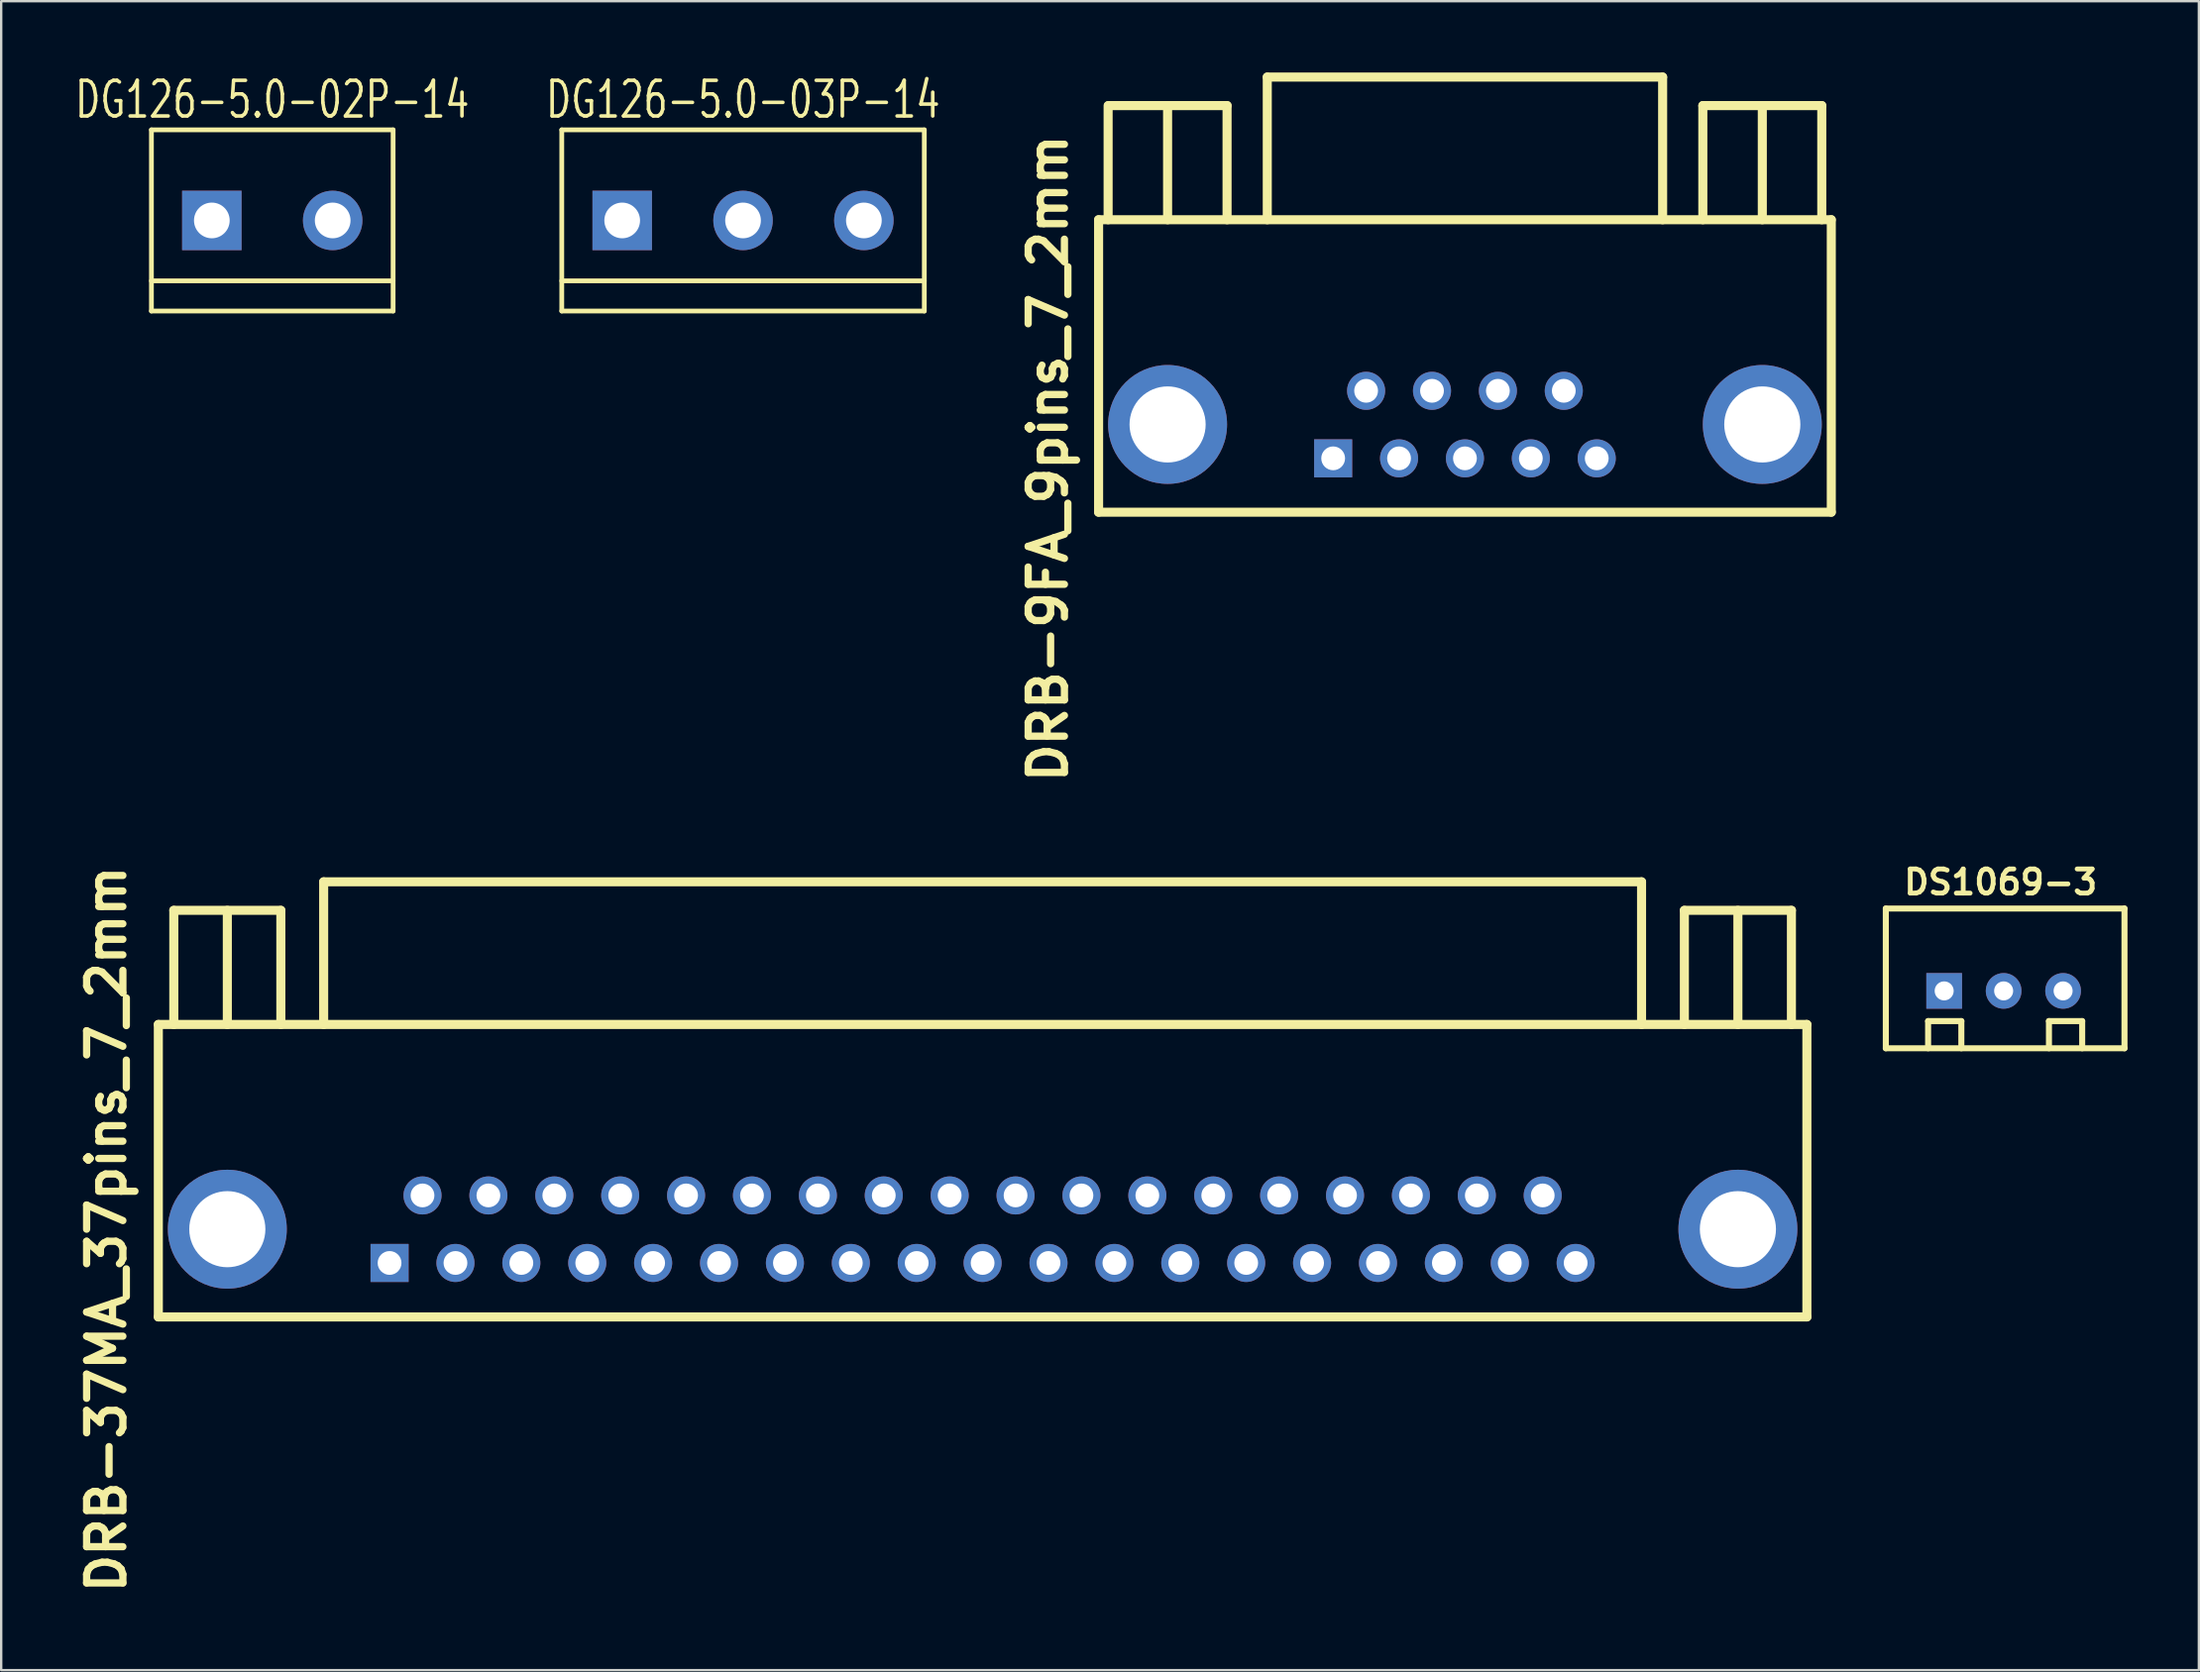
<source format=kicad_pcb>
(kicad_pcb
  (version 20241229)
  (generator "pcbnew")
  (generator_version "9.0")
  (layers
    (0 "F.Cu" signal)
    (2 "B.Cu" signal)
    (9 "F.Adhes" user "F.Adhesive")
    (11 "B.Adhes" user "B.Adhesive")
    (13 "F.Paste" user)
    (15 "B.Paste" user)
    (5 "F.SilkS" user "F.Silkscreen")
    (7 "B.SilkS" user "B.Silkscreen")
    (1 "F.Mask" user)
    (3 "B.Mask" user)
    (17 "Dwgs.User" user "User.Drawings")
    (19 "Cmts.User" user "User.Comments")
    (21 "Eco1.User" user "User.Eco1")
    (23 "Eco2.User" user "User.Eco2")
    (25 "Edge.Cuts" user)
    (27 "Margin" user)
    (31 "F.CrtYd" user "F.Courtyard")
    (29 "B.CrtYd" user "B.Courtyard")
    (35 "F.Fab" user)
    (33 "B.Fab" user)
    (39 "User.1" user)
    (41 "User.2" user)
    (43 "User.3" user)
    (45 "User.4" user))
  (footprint "DRB-37MA_37pins_7_2mm"
    (layer "F.Cu")
    (at 38.256 48.646)
    (property "Reference" "DRB-37MA_37pins_7_2mm" (at -36.83 0 90) (layer "F.SilkS") (effects (font (size 1.524 1.524) (thickness 0.305))))
    (attr through_hole)
    (fp_line (start -34.65 -8.61) (end 34.65 -8.61) (stroke (width 0.381) (type solid)) (layer "F.SilkS"))
    (fp_line (start -34.65 3.69) (end -34.65 -8.61) (stroke (width 0.381) (type solid)) (layer "F.SilkS"))
    (fp_line (start -34.65 3.69) (end 34.65 3.69) (stroke (width 0.381) (type solid)) (layer "F.SilkS"))
    (fp_line (start -34 -13.41) (end -29.5 -13.41) (stroke (width 0.381) (type solid)) (layer "F.SilkS"))
    (fp_line (start -34 -8.61) (end -34 -13.41) (stroke (width 0.381) (type solid)) (layer "F.SilkS"))
    (fp_line (start -31.75 -8.61) (end -31.75 -13.41) (stroke (width 0.381) (type solid)) (layer "F.SilkS"))
    (fp_line (start -29.5 -13.41) (end -29.5 -8.61) (stroke (width 0.381) (type solid)) (layer "F.SilkS"))
    (fp_line (start -27.7 -14.61) (end -27.7 -8.61) (stroke (width 0.381) (type solid)) (layer "F.SilkS"))
    (fp_line (start -27.7 -14.61) (end 27.7 -14.61) (stroke (width 0.381) (type solid)) (layer "F.SilkS"))
    (fp_line (start 27.7 -14.61) (end 27.7 -8.61) (stroke (width 0.381) (type solid)) (layer "F.SilkS"))
    (fp_line (start 29.5 -13.41) (end 34 -13.41) (stroke (width 0.381) (type solid)) (layer "F.SilkS"))
    (fp_line (start 29.5 -8.61) (end 29.5 -13.41) (stroke (width 0.381) (type solid)) (layer "F.SilkS"))
    (fp_line (start 31.75 -8.61) (end 31.75 -13.41) (stroke (width 0.381) (type solid)) (layer "F.SilkS"))
    (fp_line (start 34 -13.41) (end 34 -8.61) (stroke (width 0.381) (type solid)) (layer "F.SilkS"))
    (fp_line (start 34.65 3.69) (end 34.65 -8.61) (stroke (width 0.381) (type solid)) (layer "F.SilkS"))
    (pad "1" thru_hole rect (at -24.93 1.42 180) (size 1.6 1.6) (drill 1) (layers "*.Cu" "*.Mask"))
    (pad "2" thru_hole circle (at -22.16 1.42 180) (size 1.6 1.6) (drill 1) (layers "*.Cu" "*.Mask"))
    (pad "3" thru_hole circle (at -19.39 1.42 180) (size 1.6 1.6) (drill 1) (layers "*.Cu" "*.Mask"))
    (pad "4" thru_hole circle (at -16.62 1.42 180) (size 1.6 1.6) (drill 1) (layers "*.Cu" "*.Mask"))
    (pad "5" thru_hole circle (at -13.85 1.42 180) (size 1.6 1.6) (drill 1) (layers "*.Cu" "*.Mask"))
    (pad "6" thru_hole circle (at -11.08 1.42 180) (size 1.6 1.6) (drill 1) (layers "*.Cu" "*.Mask"))
    (pad "7" thru_hole circle (at -8.31 1.42 180) (size 1.6 1.6) (drill 1) (layers "*.Cu" "*.Mask"))
    (pad "8" thru_hole circle (at -5.54 1.42 180) (size 1.6 1.6) (drill 1) (layers "*.Cu" "*.Mask"))
    (pad "9" thru_hole circle (at -2.77 1.42 180) (size 1.6 1.6) (drill 1) (layers "*.Cu" "*.Mask"))
    (pad "10" thru_hole circle (at 0 1.42 180) (size 1.6 1.6) (drill 1) (layers "*.Cu" "*.Mask"))
    (pad "11" thru_hole circle (at 2.77 1.42 180) (size 1.6 1.6) (drill 1) (layers "*.Cu" "*.Mask"))
    (pad "12" thru_hole circle (at 5.54 1.42 180) (size 1.6 1.6) (drill 1) (layers "*.Cu" "*.Mask"))
    (pad "13" thru_hole circle (at 8.31 1.42 180) (size 1.6 1.6) (drill 1) (layers "*.Cu" "*.Mask"))
    (pad "14" thru_hole circle (at 11.08 1.42 180) (size 1.6 1.6) (drill 1) (layers "*.Cu" "*.Mask"))
    (pad "15" thru_hole circle (at 13.85 1.42 180) (size 1.6 1.6) (drill 1) (layers "*.Cu" "*.Mask"))
    (pad "16" thru_hole circle (at 16.62 1.42 180) (size 1.6 1.6) (drill 1) (layers "*.Cu" "*.Mask"))
    (pad "17" thru_hole circle (at 19.39 1.42 180) (size 1.6 1.6) (drill 1) (layers "*.Cu" "*.Mask"))
    (pad "18" thru_hole circle (at 22.16 1.42 180) (size 1.6 1.6) (drill 1) (layers "*.Cu" "*.Mask"))
    (pad "19" thru_hole circle (at 24.93 1.42 180) (size 1.6 1.6) (drill 1) (layers "*.Cu" "*.Mask"))
    (pad "20" thru_hole circle (at -23.545 -1.42 180) (size 1.6 1.6) (drill 1) (layers "*.Cu" "*.Mask"))
    (pad "21" thru_hole circle (at -20.775 -1.42 180) (size 1.6 1.6) (drill 1) (layers "*.Cu" "*.Mask"))
    (pad "22" thru_hole circle (at -18.005 -1.42 180) (size 1.6 1.6) (drill 1) (layers "*.Cu" "*.Mask"))
    (pad "23" thru_hole circle (at -15.235 -1.42 180) (size 1.6 1.6) (drill 1) (layers "*.Cu" "*.Mask"))
    (pad "24" thru_hole circle (at -12.465 -1.42 180) (size 1.6 1.6) (drill 1) (layers "*.Cu" "*.Mask"))
    (pad "25" thru_hole circle (at -9.695 -1.42 180) (size 1.6 1.6) (drill 1) (layers "*.Cu" "*.Mask"))
    (pad "26" thru_hole circle (at -6.925 -1.42 180) (size 1.6 1.6) (drill 1) (layers "*.Cu" "*.Mask"))
    (pad "27" thru_hole circle (at -4.155 -1.42 180) (size 1.6 1.6) (drill 1) (layers "*.Cu" "*.Mask"))
    (pad "28" thru_hole circle (at -1.385 -1.42 180) (size 1.6 1.6) (drill 1) (layers "*.Cu" "*.Mask"))
    (pad "29" thru_hole circle (at 1.385 -1.42 180) (size 1.6 1.6) (drill 1) (layers "*.Cu" "*.Mask"))
    (pad "30" thru_hole circle (at 4.155 -1.42 180) (size 1.6 1.6) (drill 1) (layers "*.Cu" "*.Mask"))
    (pad "31" thru_hole circle (at 6.925 -1.42 180) (size 1.6 1.6) (drill 1) (layers "*.Cu" "*.Mask"))
    (pad "32" thru_hole circle (at 9.695 -1.42 180) (size 1.6 1.6) (drill 1) (layers "*.Cu" "*.Mask"))
    (pad "33" thru_hole circle (at 12.465 -1.42 180) (size 1.6 1.6) (drill 1) (layers "*.Cu" "*.Mask"))
    (pad "34" thru_hole circle (at 15.235 -1.42 180) (size 1.6 1.6) (drill 1) (layers "*.Cu" "*.Mask"))
    (pad "35" thru_hole circle (at 18.005 -1.42 180) (size 1.6 1.6) (drill 1) (layers "*.Cu" "*.Mask"))
    (pad "36" thru_hole circle (at 20.775 -1.42 180) (size 1.6 1.6) (drill 1) (layers "*.Cu" "*.Mask"))
    (pad "37" thru_hole circle (at 23.545 -1.42 180) (size 1.6 1.6) (drill 1) (layers "*.Cu" "*.Mask"))
    (pad "38" thru_hole circle (at -31.75 0) (size 5 5) (drill 3.2) (layers "*.Cu" "*.Mask"))
    (pad "39" thru_hole circle (at 31.75 0) (size 5 5) (drill 3.2) (layers "*.Cu" "*.Mask")))
  (footprint "DG126-5.0-02P-14"
    (layer "F.Cu")
    (at 8.395 6.221)
    (property "Reference" "DG126-5.0-02P-14" (at 0 -5.08 0) (layer "F.SilkS") (effects (font (size 1.5 1.05) (thickness 0.15))))
    (attr through_hole)
    (fp_line (start -5.08 3.81) (end -5.08 -3.81) (stroke (width 0.2) (type solid)) (layer "F.SilkS"))
    (fp_line (start 5.08 -3.81) (end -5.08 -3.81) (stroke (width 0.2) (type solid)) (layer "F.SilkS"))
    (fp_line (start 5.08 2.54) (end -5.08 2.54) (stroke (width 0.2) (type solid)) (layer "F.SilkS"))
    (fp_line (start 5.08 3.81) (end -5.08 3.81) (stroke (width 0.2) (type solid)) (layer "F.SilkS"))
    (fp_line (start 5.08 3.81) (end 5.08 -3.81) (stroke (width 0.2) (type solid)) (layer "F.SilkS"))
    (pad "1" thru_hole rect (at -2.54 0) (size 2.5 2.5) (drill 1.5) (layers "*.Cu" "*.Mask"))
    (pad "2" thru_hole circle (at 2.54 0) (size 2.5 2.5) (drill 1.5) (layers "*.Cu" "*.Mask")))
  (footprint "DS1069-3"
    (layer "F.Cu")
    (at 81.177 38.624)
    (property "Reference" "DS1069-3" (at -0.127 -4.572 0) (layer "F.SilkS") (effects (font (size 1.016 1.016) (thickness 0.203))))
    (attr through_hole)
    (fp_line (start -4.953 -3.464) (end -4.953 2.413) (stroke (width 0.254) (type solid)) (layer "F.SilkS"))
    (fp_line (start -4.953 -3.464) (end 5.08 -3.464) (stroke (width 0.254) (type solid)) (layer "F.SilkS"))
    (fp_line (start -4.953 2.413) (end 5.08 2.413) (stroke (width 0.254) (type solid)) (layer "F.SilkS"))
    (fp_line (start -3.175 1.27) (end -1.778 1.27) (stroke (width 0.254) (type solid)) (layer "F.SilkS"))
    (fp_line (start -3.175 2.413) (end -3.175 1.27) (stroke (width 0.254) (type solid)) (layer "F.SilkS"))
    (fp_line (start -1.778 1.27) (end -1.778 2.413) (stroke (width 0.254) (type solid)) (layer "F.SilkS"))
    (fp_line (start 1.905 1.27) (end 3.302 1.27) (stroke (width 0.254) (type solid)) (layer "F.SilkS"))
    (fp_line (start 1.905 2.413) (end 1.905 1.27) (stroke (width 0.254) (type solid)) (layer "F.SilkS"))
    (fp_line (start 3.302 1.27) (end 3.302 2.413) (stroke (width 0.254) (type solid)) (layer "F.SilkS"))
    (fp_line (start 5.08 -3.464) (end 5.08 2.413) (stroke (width 0.254) (type solid)) (layer "F.SilkS"))
    (pad "1" thru_hole rect (at -2.5 0) (size 1.5 1.5) (drill 0.8) (layers "*.Cu" "*.Mask"))
    (pad "2" thru_hole circle (at 0 0) (size 1.5 1.5) (drill 0.8) (layers "*.Cu" "*.Mask"))
    (pad "3" thru_hole circle (at 2.5 0) (size 1.5 1.5) (drill 0.8) (layers "*.Cu" "*.Mask")))
  (footprint "DRB-9FA_9pins_7_2mm"
    (layer "F.Cu")
    (at 58.532 16.226)
    (property "Reference" "DRB-9FA_9pins_7_2mm" (at -17.526 0 90) (layer "F.SilkS") (effects (font (size 1.524 1.524) (thickness 0.305))))
    (attr through_hole)
    (fp_line (start -15.4 -10.035) (end 15.4 -10.035) (stroke (width 0.381) (type solid)) (layer "F.SilkS"))
    (fp_line (start -15.4 2.265) (end -15.4 -10.035) (stroke (width 0.381) (type solid)) (layer "F.SilkS"))
    (fp_line (start -15.4 2.265) (end 15.4 2.265) (stroke (width 0.381) (type solid)) (layer "F.SilkS"))
    (fp_line (start -15 -10.035) (end -15 -14.835) (stroke (width 0.381) (type solid)) (layer "F.SilkS"))
    (fp_line (start -14.986 -14.835) (end -10 -14.835) (stroke (width 0.381) (type solid)) (layer "F.SilkS"))
    (fp_line (start -12.5 -10.035) (end -12.5 -14.835) (stroke (width 0.381) (type solid)) (layer "F.SilkS"))
    (fp_line (start -10 -14.835) (end -10 -10.035) (stroke (width 0.381) (type solid)) (layer "F.SilkS"))
    (fp_line (start -8.31 -16.035) (end -8.31 -10.035) (stroke (width 0.381) (type solid)) (layer "F.SilkS"))
    (fp_line (start -8.31 -16.035) (end 8.31 -16.035) (stroke (width 0.381) (type solid)) (layer "F.SilkS"))
    (fp_line (start 8.31 -16.035) (end 8.31 -10.035) (stroke (width 0.381) (type solid)) (layer "F.SilkS"))
    (fp_line (start 10 -14.835) (end 15 -14.835) (stroke (width 0.381) (type solid)) (layer "F.SilkS"))
    (fp_line (start 10 -10.035) (end 10 -14.835) (stroke (width 0.381) (type solid)) (layer "F.SilkS"))
    (fp_line (start 12.5 -10.035) (end 12.5 -14.835) (stroke (width 0.381) (type solid)) (layer "F.SilkS"))
    (fp_line (start 15 -14.835) (end 15 -10.035) (stroke (width 0.381) (type solid)) (layer "F.SilkS"))
    (fp_line (start 15.4 2.265) (end 15.4 -10.035) (stroke (width 0.381) (type solid)) (layer "F.SilkS"))
    (pad "1" thru_hole rect (at -5.54 0 180) (size 1.6 1.6) (drill 1) (layers "*.Cu" "*.Mask"))
    (pad "2" thru_hole circle (at -2.77 0 180) (size 1.6 1.6) (drill 1) (layers "*.Cu" "*.Mask"))
    (pad "3" thru_hole circle (at 0 0 180) (size 1.6 1.6) (drill 1) (layers "*.Cu" "*.Mask"))
    (pad "4" thru_hole circle (at 2.77 0 180) (size 1.6 1.6) (drill 1) (layers "*.Cu" "*.Mask"))
    (pad "5" thru_hole circle (at 5.54 0 180) (size 1.6 1.6) (drill 1) (layers "*.Cu" "*.Mask"))
    (pad "6" thru_hole circle (at -4.155 -2.84 180) (size 1.6 1.6) (drill 1) (layers "*.Cu" "*.Mask"))
    (pad "7" thru_hole circle (at -1.385 -2.84 180) (size 1.6 1.6) (drill 1) (layers "*.Cu" "*.Mask"))
    (pad "8" thru_hole circle (at 1.385 -2.84 180) (size 1.6 1.6) (drill 1) (layers "*.Cu" "*.Mask"))
    (pad "9" thru_hole circle (at 4.155 -2.84 180) (size 1.6 1.6) (drill 1) (layers "*.Cu" "*.Mask"))
    (pad "10" thru_hole circle (at -12.5 -1.425) (size 5 5) (drill 3.2) (layers "*.Cu" "*.Mask"))
    (pad "11" thru_hole circle (at 12.5 -1.425) (size 5 5) (drill 3.2) (layers "*.Cu" "*.Mask")))
  (footprint "DG126-5.0-03P-14"
    (layer "F.Cu")
    (at 28.185 6.221)
    (property "Reference" "DG126-5.0-03P-14" (at 0 -5.08 0) (layer "F.SilkS") (effects (font (size 1.5 1.05) (thickness 0.15))))
    (attr through_hole)
    (fp_line (start -7.62 -3.81) (end 7.62 -3.81) (stroke (width 0.2) (type solid)) (layer "F.SilkS"))
    (fp_line (start -7.62 3.81) (end -7.62 -3.81) (stroke (width 0.2) (type solid)) (layer "F.SilkS"))
    (fp_line (start -7.62 3.81) (end 7.62 3.81) (stroke (width 0.2) (type solid)) (layer "F.SilkS"))
    (fp_line (start 7.62 2.54) (end -7.62 2.54) (stroke (width 0.2) (type solid)) (layer "F.SilkS"))
    (fp_line (start 7.62 3.81) (end 7.62 -3.81) (stroke (width 0.2) (type solid)) (layer "F.SilkS"))
    (pad "1" thru_hole rect (at -5.08 0) (size 2.5 2.5) (drill 1.5) (layers "*.Cu" "*.Mask"))
    (pad "2" thru_hole circle (at 0 0) (size 2.5 2.5) (drill 1.5) (layers "*.Cu" "*.Mask"))
    (pad "3" thru_hole circle (at 5.08 0) (size 2.5 2.5) (drill 1.5) (layers "*.Cu" "*.Mask")))
  (gr_rect
    (start -3 -3)
    (end 89.384 67.191)
    (stroke (width 0.1) (type default))
    (fill no)
    (layer "Edge.Cuts")))
</source>
